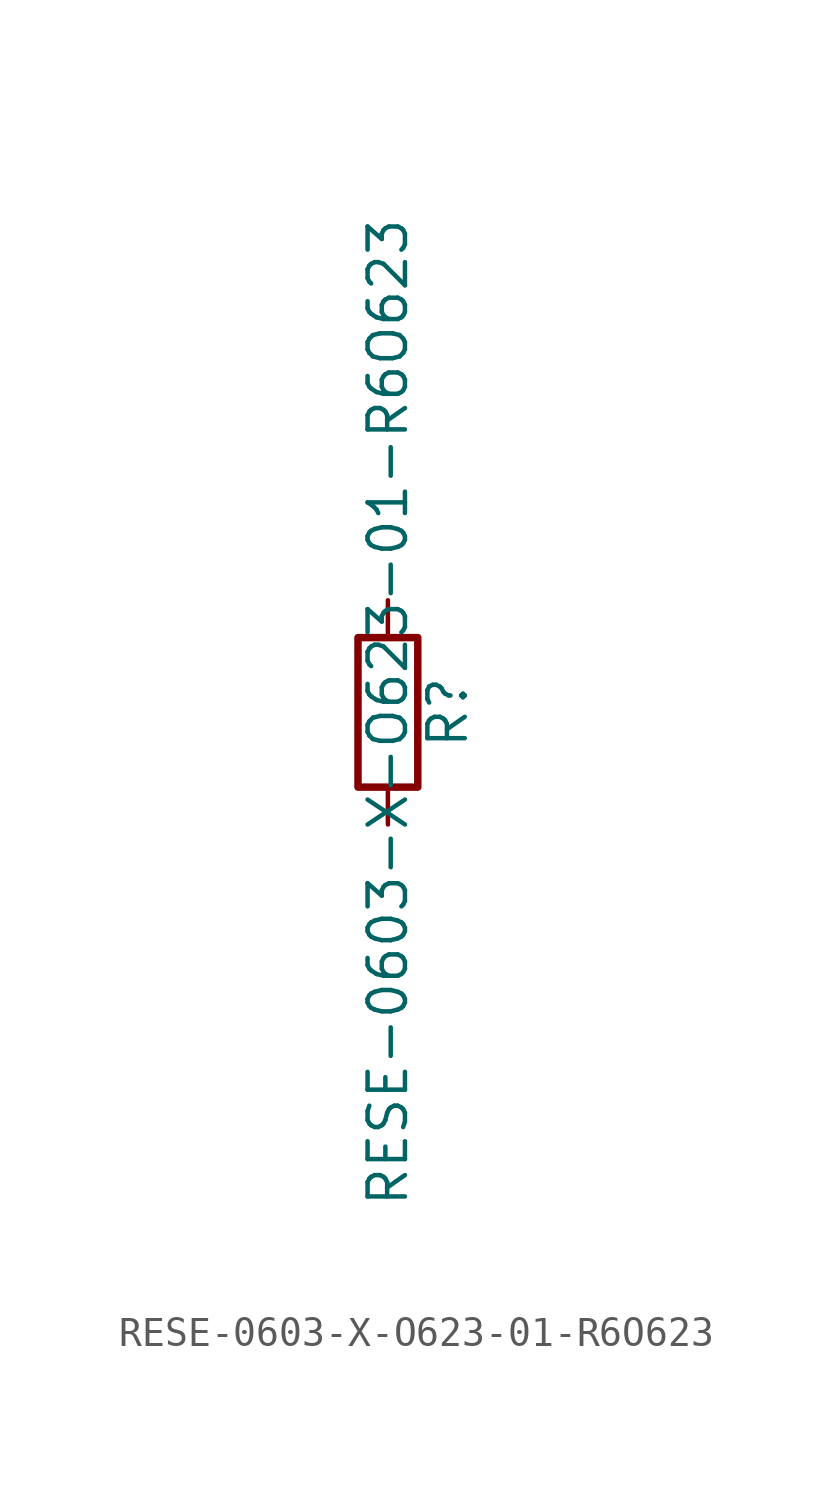
<source format=kicad_sym>
(kicad_symbol_lib
  (version 20211014)
  (generator kicad_symbol_editor)
  (symbol "RESE-0603-X-O623-01-R6O623"
    (pin_numbers hide)
    (pin_names
      (offset 0))
    (property "Reference" "R"
      (at 2.032 0 90)
      (effects (font (size 1.27 1.27))))
    (property "Value" "RESE-0603-X-O623-01-R6O623"
      (at 0 0 90)
      (effects (font (size 1.27 1.27))))
    (symbol "RESE-0603-X-O623-01-R6O623_0_1"
      (rectangle (start -1.016 -2.54) (end 1.016 2.54) (stroke (width 0.254) (type default) (color 0 0 0 0)) (fill (type none))))
    (symbol "RESE-0603-X-O623-01-R6O623_1_1"
      (pin passive line (at 0 3.81 270) (length 1.27) (name "~" (effects (font (size 1.27 1.27)))) (number "1" (effects (font (size 1.27 1.27)))))
      (pin passive line (at 0 -3.81 90) (length 1.27) (name "~" (effects (font (size 1.27 1.27)))) (number "2" (effects (font (size 1.27 1.27))))))))
</source>
